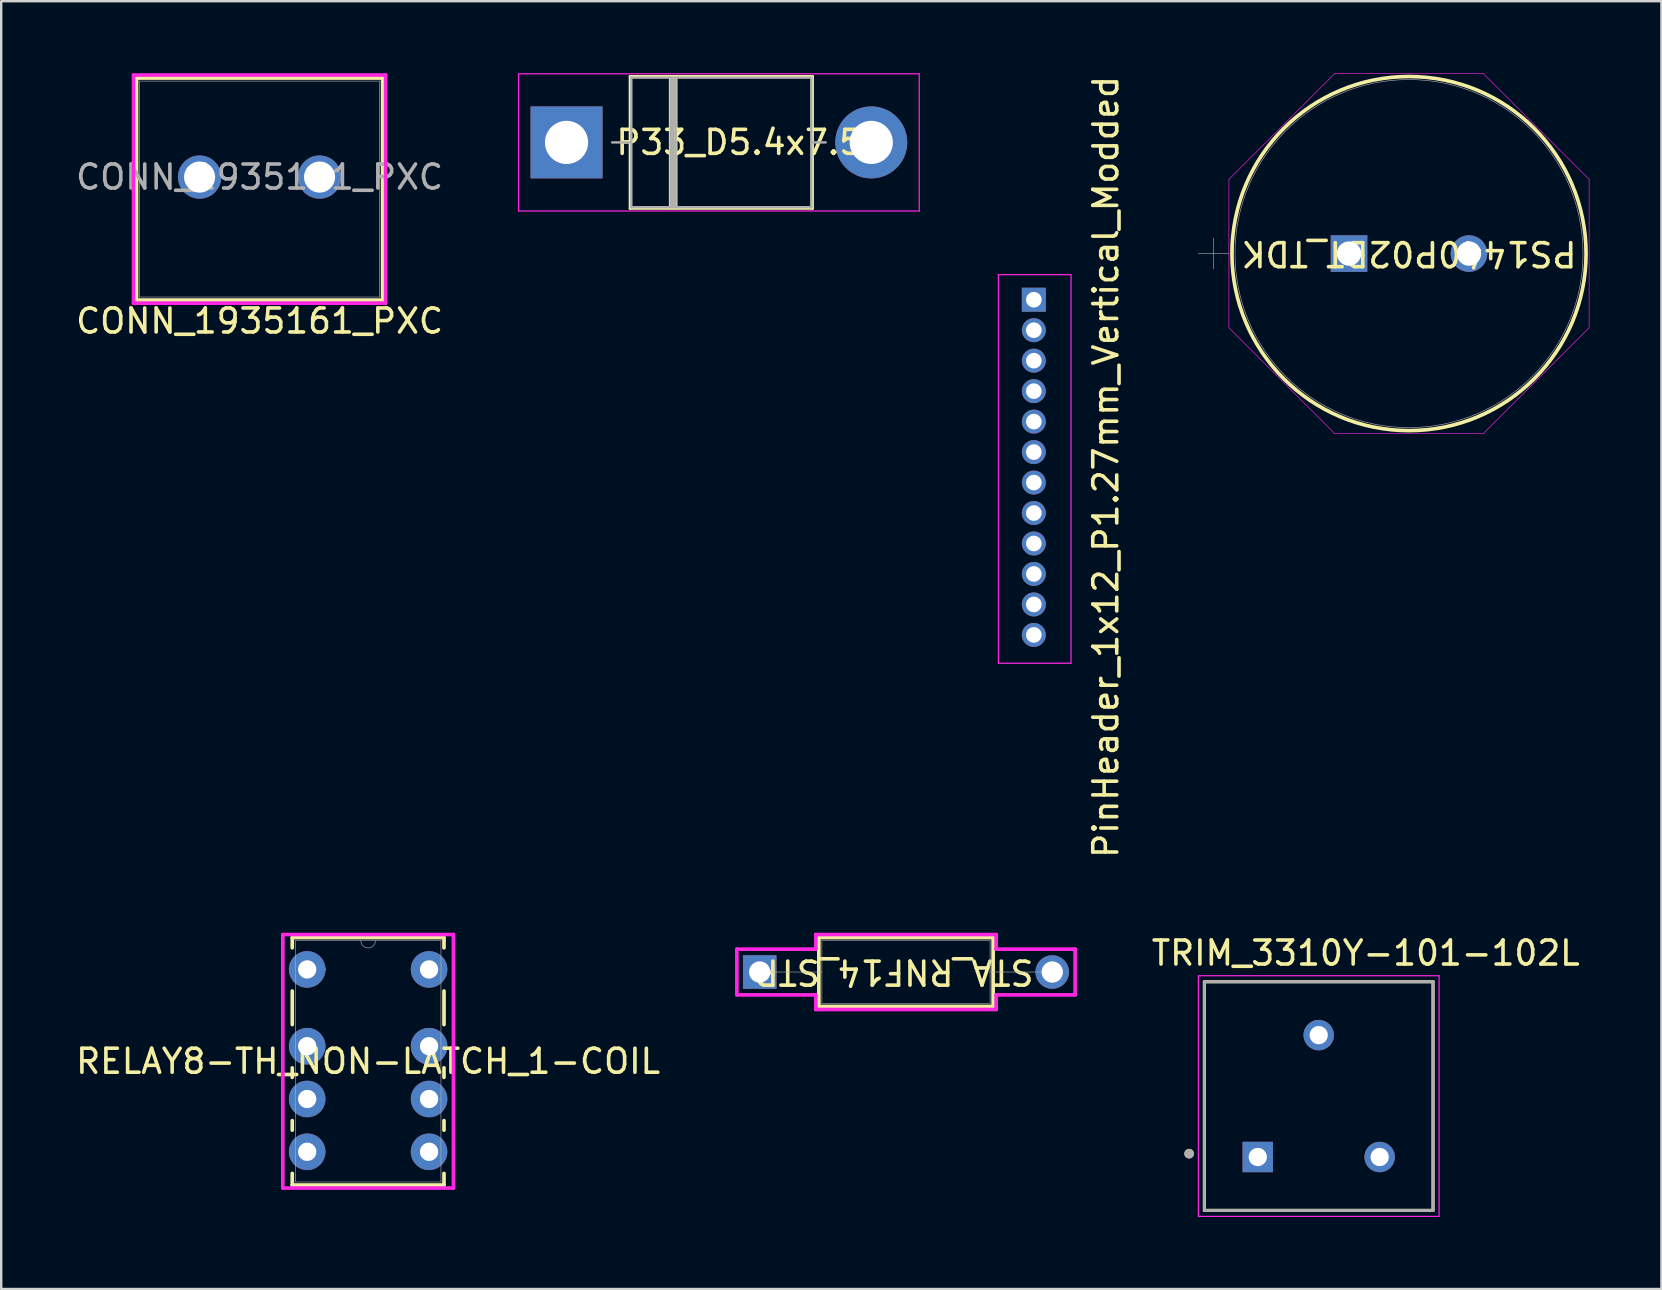
<source format=kicad_pcb>
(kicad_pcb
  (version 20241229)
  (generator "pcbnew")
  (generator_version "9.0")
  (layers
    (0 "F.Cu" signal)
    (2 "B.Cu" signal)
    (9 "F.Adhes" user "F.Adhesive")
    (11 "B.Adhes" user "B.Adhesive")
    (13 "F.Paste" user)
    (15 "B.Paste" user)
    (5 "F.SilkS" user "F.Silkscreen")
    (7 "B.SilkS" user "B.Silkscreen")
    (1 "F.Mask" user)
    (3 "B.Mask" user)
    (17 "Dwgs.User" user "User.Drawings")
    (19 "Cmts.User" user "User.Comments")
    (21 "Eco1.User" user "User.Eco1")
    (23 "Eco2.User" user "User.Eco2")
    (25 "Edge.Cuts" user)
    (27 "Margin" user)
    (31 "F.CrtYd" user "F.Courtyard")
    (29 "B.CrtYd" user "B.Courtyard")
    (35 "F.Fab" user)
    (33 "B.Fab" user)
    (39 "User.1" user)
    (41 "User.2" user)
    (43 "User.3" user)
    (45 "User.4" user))
  (footprint "STA_RNF14_STP"
    (layer "F.Cu")
    (at 28.612 37.46)
    (property "Reference" "STA_RNF14_STP" (at 5.596 0 180) (unlocked yes) (layer "F.SilkS") (effects (font (size 1 1) (thickness 0.15))))
    (attr through_hole)
    (fp_line (start 2.464 -1.435) (end 2.464 1.435) (stroke (width 0.152) (type solid)) (layer "F.SilkS"))
    (fp_line (start 2.464 1.435) (end 9.728 1.435) (stroke (width 0.152) (type solid)) (layer "F.SilkS"))
    (fp_line (start 9.728 -1.435) (end 2.464 -1.435) (stroke (width 0.152) (type solid)) (layer "F.SilkS"))
    (fp_line (start 9.728 1.435) (end 9.728 -1.435) (stroke (width 0.152) (type solid)) (layer "F.SilkS"))
    (fp_line (start -0.953 -0.953) (end 2.337 -0.953) (stroke (width 0.152) (type solid)) (layer "F.CrtYd"))
    (fp_line (start -0.953 0.953) (end -0.953 -0.953) (stroke (width 0.152) (type solid)) (layer "F.CrtYd"))
    (fp_line (start 2.337 -1.562) (end 9.855 -1.562) (stroke (width 0.152) (type solid)) (layer "F.CrtYd"))
    (fp_line (start 2.337 -0.953) (end 2.337 -1.562) (stroke (width 0.152) (type solid)) (layer "F.CrtYd"))
    (fp_line (start 2.337 0.953) (end -0.953 0.953) (stroke (width 0.152) (type solid)) (layer "F.CrtYd"))
    (fp_line (start 2.337 1.562) (end 2.337 0.953) (stroke (width 0.152) (type solid)) (layer "F.CrtYd"))
    (fp_line (start 9.855 -1.562) (end 9.855 -0.953) (stroke (width 0.152) (type solid)) (layer "F.CrtYd"))
    (fp_line (start 9.855 -0.953) (end 13.145 -0.953) (stroke (width 0.152) (type solid)) (layer "F.CrtYd"))
    (fp_line (start 9.855 0.953) (end 9.855 1.562) (stroke (width 0.152) (type solid)) (layer "F.CrtYd"))
    (fp_line (start 9.855 1.562) (end 2.337 1.562) (stroke (width 0.152) (type solid)) (layer "F.CrtYd"))
    (fp_line (start 13.145 -0.953) (end 13.145 0.953) (stroke (width 0.152) (type solid)) (layer "F.CrtYd"))
    (fp_line (start 13.145 0.953) (end 9.855 0.953) (stroke (width 0.152) (type solid)) (layer "F.CrtYd"))
    (fp_line (start 0 0) (end 2.591 0) (stroke (width 0.025) (type solid)) (layer "F.Fab"))
    (fp_line (start 2.591 -1.308) (end 2.591 1.308) (stroke (width 0.025) (type solid)) (layer "F.Fab"))
    (fp_line (start 2.591 1.308) (end 9.601 1.308) (stroke (width 0.025) (type solid)) (layer "F.Fab"))
    (fp_line (start 9.601 -1.308) (end 2.591 -1.308) (stroke (width 0.025) (type solid)) (layer "F.Fab"))
    (fp_line (start 9.601 1.308) (end 9.601 -1.308) (stroke (width 0.025) (type solid)) (layer "F.Fab"))
    (fp_line (start 12.192 0) (end 9.601 0) (stroke (width 0.025) (type solid)) (layer "F.Fab"))
    (pad "1" thru_hole rect (at 0 0) (size 1.397 1.397) (drill 0.889) (layers "*.Cu" "*.Mask"))
    (pad "2" thru_hole circle (at 12.192 0) (size 1.397 1.397) (drill 0.889) (layers "*.Cu" "*.Mask")))
  (footprint "PinHeader_1x12_P1.27mm_Vertical_Modded"
    (layer "F.Cu")
    (at 38.536 8.371)
    (property "Reference" "PinHeader_1x12_P1.27mm_Vertical_Modded" (at 4.5 8.04 270) (layer "F.SilkS") (effects (font (size 1 1) (thickness 0.15))))
    (attr through_hole)
    (fp_line (start 0.025 0.025) (end 0.025 16.22) (stroke (width 0.05) (type solid)) (layer "F.CrtYd"))
    (fp_line (start 0.025 16.22) (end 3.05 16.22) (stroke (width 0.05) (type solid)) (layer "F.CrtYd"))
    (fp_line (start 3.05 0.025) (end 0.025 0.025) (stroke (width 0.05) (type solid)) (layer "F.CrtYd"))
    (fp_line (start 3.05 16.22) (end 3.05 0.025) (stroke (width 0.05) (type solid)) (layer "F.CrtYd"))
    (pad "1" thru_hole rect (at 1.5 1.07) (size 1 1) (drill 0.65) (layers "*.Cu" "*.Mask"))
    (pad "2" thru_hole oval (at 1.5 2.34) (size 1 1) (drill 0.65) (layers "*.Cu" "*.Mask"))
    (pad "3" thru_hole oval (at 1.5 3.61) (size 1 1) (drill 0.65) (layers "*.Cu" "*.Mask"))
    (pad "4" thru_hole oval (at 1.5 4.88) (size 1 1) (drill 0.65) (layers "*.Cu" "*.Mask"))
    (pad "5" thru_hole oval (at 1.5 6.15) (size 1 1) (drill 0.65) (layers "*.Cu" "*.Mask"))
    (pad "6" thru_hole oval (at 1.5 7.42) (size 1 1) (drill 0.65) (layers "*.Cu" "*.Mask"))
    (pad "7" thru_hole oval (at 1.5 8.69) (size 1 1) (drill 0.65) (layers "*.Cu" "*.Mask"))
    (pad "8" thru_hole oval (at 1.5 9.96) (size 1 1) (drill 0.65) (layers "*.Cu" "*.Mask"))
    (pad "9" thru_hole oval (at 1.5 11.23) (size 1 1) (drill 0.65) (layers "*.Cu" "*.Mask"))
    (pad "10" thru_hole oval (at 1.5 12.5) (size 1 1) (drill 0.65) (layers "*.Cu" "*.Mask"))
    (pad "11" thru_hole oval (at 1.5 13.77) (size 1 1) (drill 0.65) (layers "*.Cu" "*.Mask"))
    (pad "12" thru_hole oval (at 1.5 15.04) (size 1 1) (drill 0.65) (layers "*.Cu" "*.Mask")))
  (footprint "TRIM_3310Y-101-102L"
    (layer "F.Cu")
    (at 51.909 42.63)
    (property "Reference" "TRIM_3310Y-101-102L" (at 1.96 -5.96 0) (layer "F.SilkS") (effects (font (size 1.001 1.001) (thickness 0.15))))
    (attr through_hole)
    (fp_line (start -4.765 -4.765) (end -4.765 4.765) (stroke (width 0.127) (type solid)) (layer "F.SilkS"))
    (fp_line (start -4.765 4.765) (end 4.765 4.765) (stroke (width 0.127) (type solid)) (layer "F.SilkS"))
    (fp_line (start 4.765 -4.765) (end -4.765 -4.765) (stroke (width 0.127) (type solid)) (layer "F.SilkS"))
    (fp_line (start 4.765 4.765) (end 4.765 -4.765) (stroke (width 0.127) (type solid)) (layer "F.SilkS"))
    (fp_circle (center -5.4 2.4) (end -5.3 2.4) (stroke (width 0.2) (type solid)) (fill no) (layer "F.SilkS"))
    (fp_line (start -5.015 -5.015) (end 5.015 -5.015) (stroke (width 0.05) (type solid)) (layer "F.CrtYd"))
    (fp_line (start -5.015 5.015) (end -5.015 -5.015) (stroke (width 0.05) (type solid)) (layer "F.CrtYd"))
    (fp_line (start 5.015 -5.015) (end 5.015 5.015) (stroke (width 0.05) (type solid)) (layer "F.CrtYd"))
    (fp_line (start 5.015 5.015) (end -5.015 5.015) (stroke (width 0.05) (type solid)) (layer "F.CrtYd"))
    (fp_line (start -4.765 -4.765) (end 4.765 -4.765) (stroke (width 0.127) (type solid)) (layer "F.Fab"))
    (fp_line (start -4.765 4.765) (end -4.765 -4.765) (stroke (width 0.127) (type solid)) (layer "F.Fab"))
    (fp_line (start 4.765 -4.765) (end 4.765 4.765) (stroke (width 0.127) (type solid)) (layer "F.Fab"))
    (fp_line (start 4.765 4.765) (end -4.765 4.765) (stroke (width 0.127) (type solid)) (layer "F.Fab"))
    (fp_circle (center -5.4 2.4) (end -5.3 2.4) (stroke (width 0.2) (type solid)) (fill no) (layer "F.Fab"))
    (pad "1" thru_hole rect (at -2.54 2.54) (size 1.268 1.268) (drill 0.76) (layers "*.Cu" "*.Mask"))
    (pad "2" thru_hole circle (at 0 -2.54) (size 1.268 1.268) (drill 0.76) (layers "*.Cu" "*.Mask"))
    (pad "3" thru_hole circle (at 2.54 2.54) (size 1.268 1.268) (drill 0.76) (layers "*.Cu" "*.Mask")))
  (footprint "P33_D5.4x7.5"
    (layer "F.Cu")
    (at 20.561 2.885)
    (property "Reference" "P33_D5.4x7.5" (at 7.2 0 180) (layer "F.SilkS") (effects (font (size 1 1) (thickness 0.15))))
    (attr through_hole)
    (fp_line (start 2.65 -2.75) (end 2.65 2.75) (stroke (width 0.12) (type solid)) (layer "F.SilkS"))
    (fp_line (start 2.65 2.75) (end 10.25 2.75) (stroke (width 0.12) (type solid)) (layer "F.SilkS"))
    (fp_line (start 4.325 -2.725) (end 4.325 2.725) (stroke (width 0.12) (type solid)) (layer "F.SilkS"))
    (fp_line (start 4.445 -2.725) (end 4.445 2.725) (stroke (width 0.12) (type solid)) (layer "F.SilkS"))
    (fp_line (start 4.565 -2.725) (end 4.565 2.725) (stroke (width 0.12) (type solid)) (layer "F.SilkS"))
    (fp_line (start 10.25 -2.75) (end 2.65 -2.75) (stroke (width 0.12) (type solid)) (layer "F.SilkS"))
    (fp_line (start 10.25 -2.75) (end 10.25 2.75) (stroke (width 0.12) (type solid)) (layer "F.SilkS"))
    (fp_line (start -2 -2.86) (end -2 2.86) (stroke (width 0.05) (type solid)) (layer "F.CrtYd"))
    (fp_line (start -2 2.86) (end 14.7 2.86) (stroke (width 0.05) (type solid)) (layer "F.CrtYd"))
    (fp_line (start 14.7 -2.86) (end -2 -2.86) (stroke (width 0.05) (type solid)) (layer "F.CrtYd"))
    (fp_line (start 14.7 2.86) (end 14.7 -2.86) (stroke (width 0.05) (type solid)) (layer "F.CrtYd"))
    (fp_line (start 1.9 0) (end 2.655 0) (stroke (width 0.1) (type solid)) (layer "F.Fab"))
    (fp_line (start 2.7 -2.7) (end 2.7 2.7) (stroke (width 0.1) (type solid)) (layer "F.Fab"))
    (fp_line (start 2.7 2.7) (end 10.2 2.7) (stroke (width 0.1) (type solid)) (layer "F.Fab"))
    (fp_line (start 4.345 -2.605) (end 4.345 2.605) (stroke (width 0.1) (type solid)) (layer "F.Fab"))
    (fp_line (start 4.445 -2.605) (end 4.445 2.605) (stroke (width 0.1) (type solid)) (layer "F.Fab"))
    (fp_line (start 4.545 -2.605) (end 4.545 2.605) (stroke (width 0.1) (type solid)) (layer "F.Fab"))
    (fp_line (start 10.2 -2.7) (end 2.7 -2.7) (stroke (width 0.1) (type solid)) (layer "F.Fab"))
    (fp_line (start 10.2 2.7) (end 10.2 -2.7) (stroke (width 0.1) (type solid)) (layer "F.Fab"))
    (fp_line (start 10.8 0) (end 10.2 0) (stroke (width 0.1) (type solid)) (layer "F.Fab"))
    (pad "1" thru_hole rect (at 0 0) (size 3 3) (drill 1.8) (layers "*.Cu" "*.Mask"))
    (pad "2" thru_hole circle (at 12.7 0) (size 3 3) (drill 1.8) (layers "*.Cu" "*.Mask")))
  (footprint "RELAY8-TH_NON-LATCH_1-COIL"
    (layer "F.Cu")
    (at 9.752 37.352)
    (property "Reference" "RELAY8-TH_NON-LATCH_1-COIL" (at 2.54 3.829 0) (unlocked yes) (layer "F.SilkS") (effects (font (size 1 1) (thickness 0.15))))
    (attr through_hole)
    (fp_line (start -0.622 -1.327) (end -0.622 -0.901) (stroke (width 0.152) (type solid)) (layer "F.SilkS"))
    (fp_line (start -0.622 0.901) (end -0.622 2.299) (stroke (width 0.152) (type solid)) (layer "F.SilkS"))
    (fp_line (start -0.622 4.101) (end -0.622 4.499) (stroke (width 0.152) (type solid)) (layer "F.SilkS"))
    (fp_line (start -0.622 6.301) (end -0.622 6.699) (stroke (width 0.152) (type solid)) (layer "F.SilkS"))
    (fp_line (start -0.622 8.501) (end -0.622 8.985) (stroke (width 0.152) (type solid)) (layer "F.SilkS"))
    (fp_line (start -0.622 8.985) (end 5.702 8.985) (stroke (width 0.152) (type solid)) (layer "F.SilkS"))
    (fp_line (start 5.702 -1.327) (end -0.622 -1.327) (stroke (width 0.152) (type solid)) (layer "F.SilkS"))
    (fp_line (start 5.702 -0.901) (end 5.702 -1.327) (stroke (width 0.152) (type solid)) (layer "F.SilkS"))
    (fp_line (start 5.702 2.299) (end 5.702 0.901) (stroke (width 0.152) (type solid)) (layer "F.SilkS"))
    (fp_line (start 5.702 4.499) (end 5.702 4.101) (stroke (width 0.152) (type solid)) (layer "F.SilkS"))
    (fp_line (start 5.702 6.699) (end 5.702 6.301) (stroke (width 0.152) (type solid)) (layer "F.SilkS"))
    (fp_line (start 5.702 8.985) (end 5.702 8.501) (stroke (width 0.152) (type solid)) (layer "F.SilkS"))
    (fp_line (start -1.016 -1.454) (end 6.096 -1.454) (stroke (width 0.152) (type solid)) (layer "F.CrtYd"))
    (fp_line (start -1.016 9.112) (end -1.016 -1.454) (stroke (width 0.152) (type solid)) (layer "F.CrtYd"))
    (fp_line (start 6.096 -1.454) (end 6.096 9.112) (stroke (width 0.152) (type solid)) (layer "F.CrtYd"))
    (fp_line (start 6.096 9.112) (end -1.016 9.112) (stroke (width 0.152) (type solid)) (layer "F.CrtYd"))
    (fp_line (start -0.495 -1.2) (end -0.495 8.858) (stroke (width 0.025) (type solid)) (layer "F.Fab"))
    (fp_line (start -0.495 8.858) (end 5.575 8.858) (stroke (width 0.025) (type solid)) (layer "F.Fab"))
    (fp_line (start 5.575 -1.2) (end -0.495 -1.2) (stroke (width 0.025) (type solid)) (layer "F.Fab"))
    (fp_line (start 5.575 8.858) (end 5.575 -1.2) (stroke (width 0.025) (type solid)) (layer "F.Fab"))
    (fp_arc (start 2.8448 -1.2) (mid 2.54 -0.8952) (end 2.2352 -1.2) (stroke (width 0.0254) (type solid)) (layer "F.Fab"))
    (fp_circle (center 0.762 0) (end 0.762 0) (stroke (width 0.025) (type solid)) (fill no) (layer "F.Fab"))
    (pad "1" thru_hole circle (at 0 0) (size 1.524 1.524) (drill 0.762) (layers "*.Cu" "*.Mask"))
    (pad "2" thru_hole circle (at 0 3.2) (size 1.524 1.524) (drill 0.762) (layers "*.Cu" "*.Mask"))
    (pad "3" thru_hole circle (at 0 5.4) (size 1.524 1.524) (drill 0.762) (layers "*.Cu" "*.Mask"))
    (pad "4" thru_hole circle (at 0 7.6) (size 1.524 1.524) (drill 0.762) (layers "*.Cu" "*.Mask"))
    (pad "5" thru_hole circle (at 5.08 7.6) (size 1.524 1.524) (drill 0.762) (layers "*.Cu" "*.Mask"))
    (pad "6" thru_hole circle (at 5.08 5.4) (size 1.524 1.524) (drill 0.762) (layers "*.Cu" "*.Mask"))
    (pad "7" thru_hole circle (at 5.08 3.2) (size 1.524 1.524) (drill 0.762) (layers "*.Cu" "*.Mask"))
    (pad "8" thru_hole circle (at 5.08 0) (size 1.524 1.524) (drill 0.762) (layers "*.Cu" "*.Mask")))
  (footprint "PS1440P02BT_TDK"
    (layer "F.Cu")
    (at 53.172 7.518)
    (property "Reference" "PS1440P02BT_TDK" (at 2.5 0 180) (unlocked yes) (layer "F.SilkS") (effects (font (size 1 1) (thickness 0.15))))
    (attr through_hole)
    (fp_circle (center 2.5 0) (end 9.879 0) (stroke (width 0.152) (type solid)) (fill no) (layer "F.SilkS"))
    (fp_line (start -5.006 -3.091) (end -0.591 -7.506) (stroke (width 0.025) (type solid)) (layer "F.CrtYd"))
    (fp_line (start -5.006 3.091) (end -5.006 -3.091) (stroke (width 0.025) (type solid)) (layer "F.CrtYd"))
    (fp_line (start -0.591 -7.506) (end 5.591 -7.506) (stroke (width 0.025) (type solid)) (layer "F.CrtYd"))
    (fp_line (start -0.591 7.506) (end -5.006 3.091) (stroke (width 0.025) (type solid)) (layer "F.CrtYd"))
    (fp_line (start 5.591 -7.506) (end 10.006 -3.091) (stroke (width 0.025) (type solid)) (layer "F.CrtYd"))
    (fp_line (start 5.591 7.506) (end -0.591 7.506) (stroke (width 0.025) (type solid)) (layer "F.CrtYd"))
    (fp_line (start 10.006 -3.091) (end 10.006 3.091) (stroke (width 0.025) (type solid)) (layer "F.CrtYd"))
    (fp_line (start 10.006 3.091) (end 5.591 7.506) (stroke (width 0.025) (type solid)) (layer "F.CrtYd"))
    (fp_line (start -6.276 0) (end -5.006 0) (stroke (width 0.025) (type solid)) (layer "F.Fab"))
    (fp_line (start -5.641 -0.635) (end -5.641 0.635) (stroke (width 0.025) (type solid)) (layer "F.Fab"))
    (fp_circle (center 2.5 0) (end 9.752 0) (stroke (width 0.025) (type solid)) (fill no) (layer "F.Fab"))
    (pad "1" thru_hole rect (at 0 0) (size 1.524 1.524) (drill 1.016) (layers "*.Cu" "*.Mask"))
    (pad "2" thru_hole circle (at 5 0) (size 1.524 1.524) (drill 1.016) (layers "*.Cu" "*.Mask")))
  (footprint "CONN_1935161_PXC"
    (layer "F.Cu")
    (at 5.268 4.33)
    (property "Reference" "CONN_1935161_PXC" (at 2.5 6 0) (unlocked yes) (layer "F.SilkS") (effects (font (size 1 1) (thickness 0.15))))
    (attr through_hole)
    (fp_line (start -2.627 -4.127) (end -2.627 5.127) (stroke (width 0.152) (type solid)) (layer "F.SilkS"))
    (fp_line (start -2.627 5.127) (end 7.627 5.127) (stroke (width 0.152) (type solid)) (layer "F.SilkS"))
    (fp_line (start 7.627 -4.127) (end -2.627 -4.127) (stroke (width 0.152) (type solid)) (layer "F.SilkS"))
    (fp_line (start 7.627 5.127) (end 7.627 -4.127) (stroke (width 0.152) (type solid)) (layer "F.SilkS"))
    (fp_line (start -2.754 -4.254) (end -2.754 5.254) (stroke (width 0.152) (type solid)) (layer "F.CrtYd"))
    (fp_line (start -2.754 5.254) (end 7.754 5.254) (stroke (width 0.152) (type solid)) (layer "F.CrtYd"))
    (fp_line (start 7.754 -4.254) (end -2.754 -4.254) (stroke (width 0.152) (type solid)) (layer "F.CrtYd"))
    (fp_line (start 7.754 5.254) (end 7.754 -4.254) (stroke (width 0.152) (type solid)) (layer "F.CrtYd"))
    (fp_line (start -2.5 -4) (end -2.5 5) (stroke (width 0.025) (type solid)) (layer "F.Fab"))
    (fp_line (start -2.5 5) (end 7.5 5) (stroke (width 0.025) (type solid)) (layer "F.Fab"))
    (fp_line (start 7.5 -4) (end -2.5 -4) (stroke (width 0.025) (type solid)) (layer "F.Fab"))
    (fp_line (start 7.5 5) (end 7.5 -4) (stroke (width 0.025) (type solid)) (layer "F.Fab"))
    (fp_text user "${REFERENCE}" (at 2.5 0 0) (unlocked yes) (layer "F.Fab") (effects (font (size 1 1) (thickness 0.15))))
    (pad "1" thru_hole circle (at 0 0) (size 1.803 1.803) (drill 1.295) (layers "*.Cu" "*.Mask"))
    (pad "2" thru_hole circle (at 5 0) (size 1.803 1.803) (drill 1.295) (layers "*.Cu" "*.Mask")))
  (gr_rect
    (start -3 -3)
    (end 66.191 50.67)
    (stroke (width 0.1) (type default))
    (fill no)
    (layer "Edge.Cuts")))
</source>
